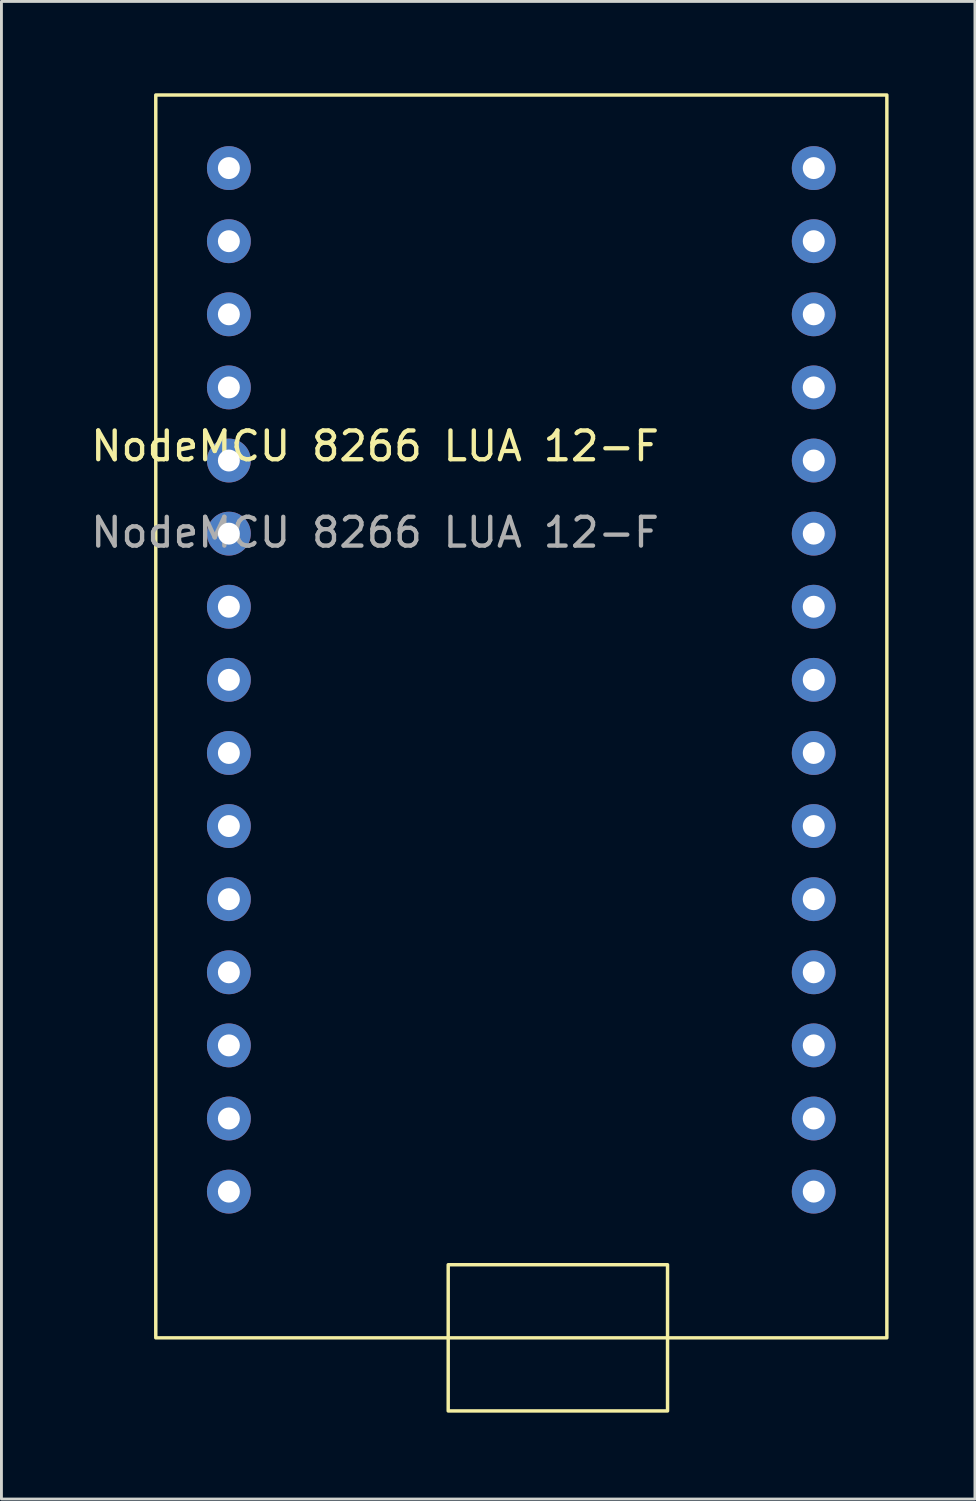
<source format=kicad_pcb>
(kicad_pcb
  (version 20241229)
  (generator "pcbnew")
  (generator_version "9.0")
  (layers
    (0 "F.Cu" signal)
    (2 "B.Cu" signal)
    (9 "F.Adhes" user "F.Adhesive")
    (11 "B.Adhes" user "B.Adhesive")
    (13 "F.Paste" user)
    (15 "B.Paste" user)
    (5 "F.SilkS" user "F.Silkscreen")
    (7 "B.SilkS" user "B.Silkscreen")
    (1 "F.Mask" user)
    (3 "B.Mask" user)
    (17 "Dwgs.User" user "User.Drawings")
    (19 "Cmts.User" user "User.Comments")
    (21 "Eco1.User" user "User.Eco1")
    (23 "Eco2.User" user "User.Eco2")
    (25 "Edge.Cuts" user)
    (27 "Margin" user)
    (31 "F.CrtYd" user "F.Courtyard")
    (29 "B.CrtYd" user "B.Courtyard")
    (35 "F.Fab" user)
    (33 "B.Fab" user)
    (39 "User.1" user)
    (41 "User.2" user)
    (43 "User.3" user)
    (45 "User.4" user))
  (footprint "NodeMCU 8266 LUA 12-F"
    (layer "F.Cu")
    (at 2.362 0.25)
    (property "Reference" "NodeMCU 8266 LUA 12-F" (at 7.62 12.2 0) (unlocked yes) (layer "F.SilkS") (effects (font (size 1 1) (thickness 0.15))))
    (attr through_hole)
    (fp_rect (start 0 0) (end 25.4 43.18) (stroke (width 0.12) (type solid)) (fill no) (layer "F.SilkS"))
    (fp_rect (start 10.16 40.64) (end 17.78 45.72) (stroke (width 0.12) (type solid)) (fill no) (layer "F.SilkS"))
    (fp_text user "${REFERENCE}" (at 7.62 15.2 0) (unlocked yes) (layer "F.Fab") (effects (font (size 1 1) (thickness 0.15))))
    (pad "1" thru_hole circle (at 2.54 2.54) (size 1.524 1.524) (drill 0.762) (layers "*.Cu" "*.Mask"))
    (pad "2" thru_hole circle (at 2.54 5.08) (size 1.524 1.524) (drill 0.762) (layers "*.Cu" "*.Mask"))
    (pad "3" thru_hole circle (at 2.54 7.62) (size 1.524 1.524) (drill 0.762) (layers "*.Cu" "*.Mask"))
    (pad "4" thru_hole circle (at 2.54 10.16) (size 1.524 1.524) (drill 0.762) (layers "*.Cu" "*.Mask"))
    (pad "5" thru_hole circle (at 2.54 12.7) (size 1.524 1.524) (drill 0.762) (layers "*.Cu" "*.Mask"))
    (pad "6" thru_hole circle (at 2.54 15.24) (size 1.524 1.524) (drill 0.762) (layers "*.Cu" "*.Mask"))
    (pad "7" thru_hole circle (at 2.54 17.78) (size 1.524 1.524) (drill 0.762) (layers "*.Cu" "*.Mask"))
    (pad "8" thru_hole circle (at 2.54 20.32) (size 1.524 1.524) (drill 0.762) (layers "*.Cu" "*.Mask"))
    (pad "9" thru_hole circle (at 2.54 22.86) (size 1.524 1.524) (drill 0.762) (layers "*.Cu" "*.Mask"))
    (pad "10" thru_hole circle (at 2.54 25.4) (size 1.524 1.524) (drill 0.762) (layers "*.Cu" "*.Mask"))
    (pad "11" thru_hole circle (at 2.54 27.94) (size 1.524 1.524) (drill 0.762) (layers "*.Cu" "*.Mask"))
    (pad "12" thru_hole circle (at 2.54 30.48) (size 1.524 1.524) (drill 0.762) (layers "*.Cu" "*.Mask"))
    (pad "13" thru_hole circle (at 2.54 33.02) (size 1.524 1.524) (drill 0.762) (layers "*.Cu" "*.Mask"))
    (pad "14" thru_hole circle (at 2.54 35.56) (size 1.524 1.524) (drill 0.762) (layers "*.Cu" "*.Mask"))
    (pad "15" thru_hole circle (at 2.54 38.1) (size 1.524 1.524) (drill 0.762) (layers "*.Cu" "*.Mask"))
    (pad "16" thru_hole circle (at 22.86 2.54) (size 1.524 1.524) (drill 0.762) (layers "*.Cu" "*.Mask"))
    (pad "17" thru_hole circle (at 22.86 5.08) (size 1.524 1.524) (drill 0.762) (layers "*.Cu" "*.Mask"))
    (pad "18" thru_hole circle (at 22.86 7.62) (size 1.524 1.524) (drill 0.762) (layers "*.Cu" "*.Mask"))
    (pad "19" thru_hole circle (at 22.86 10.16) (size 1.524 1.524) (drill 0.762) (layers "*.Cu" "*.Mask"))
    (pad "20" thru_hole circle (at 22.86 12.7) (size 1.524 1.524) (drill 0.762) (layers "*.Cu" "*.Mask"))
    (pad "21" thru_hole circle (at 22.86 15.24) (size 1.524 1.524) (drill 0.762) (layers "*.Cu" "*.Mask"))
    (pad "22" thru_hole circle (at 22.86 17.78) (size 1.524 1.524) (drill 0.762) (layers "*.Cu" "*.Mask"))
    (pad "23" thru_hole circle (at 22.86 20.32) (size 1.524 1.524) (drill 0.762) (layers "*.Cu" "*.Mask"))
    (pad "24" thru_hole circle (at 22.86 22.86) (size 1.524 1.524) (drill 0.762) (layers "*.Cu" "*.Mask"))
    (pad "25" thru_hole circle (at 22.86 25.4) (size 1.524 1.524) (drill 0.762) (layers "*.Cu" "*.Mask"))
    (pad "26" thru_hole circle (at 22.86 27.94) (size 1.524 1.524) (drill 0.762) (layers "*.Cu" "*.Mask"))
    (pad "27" thru_hole circle (at 22.86 30.48) (size 1.524 1.524) (drill 0.762) (layers "*.Cu" "*.Mask"))
    (pad "28" thru_hole circle (at 22.86 33.02) (size 1.524 1.524) (drill 0.762) (layers "*.Cu" "*.Mask"))
    (pad "29" thru_hole circle (at 22.86 35.56) (size 1.524 1.524) (drill 0.762) (layers "*.Cu" "*.Mask"))
    (pad "30" thru_hole circle (at 22.86 38.1) (size 1.524 1.524) (drill 0.762) (layers "*.Cu" "*.Mask")))
  (gr_rect
    (start -3 -3)
    (end 30.822 49.03)
    (stroke (width 0.1) (type default))
    (fill no)
    (layer "Edge.Cuts")))
</source>
